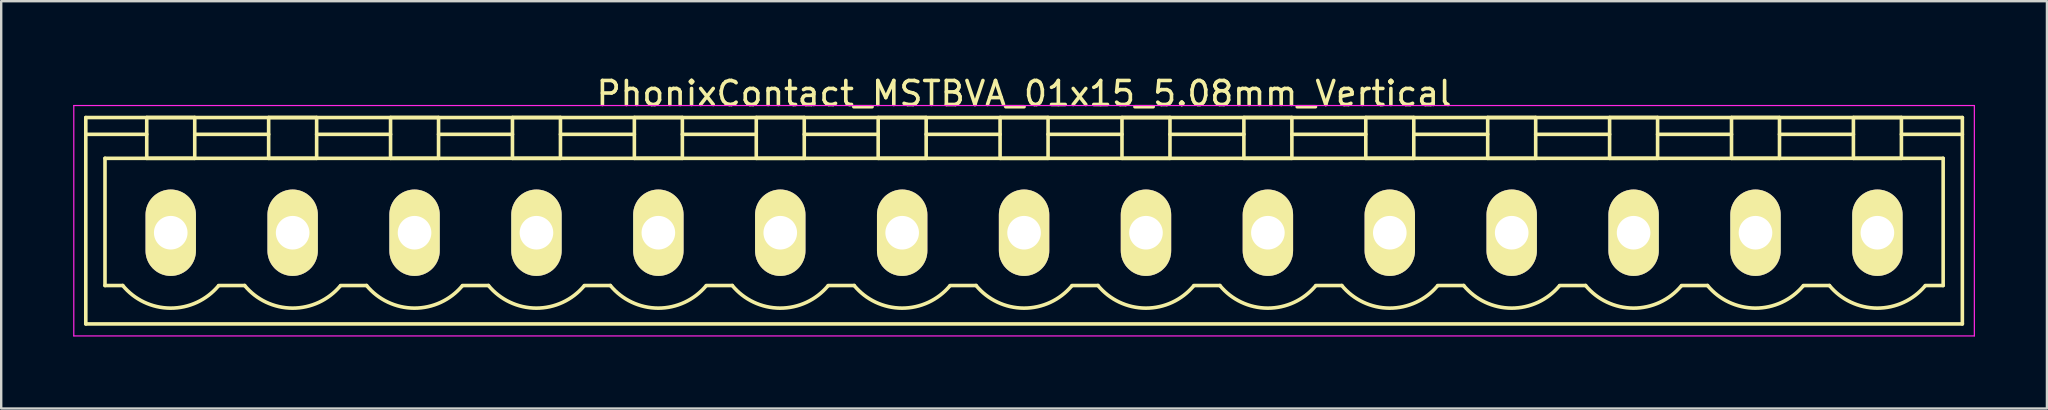
<source format=kicad_pcb>
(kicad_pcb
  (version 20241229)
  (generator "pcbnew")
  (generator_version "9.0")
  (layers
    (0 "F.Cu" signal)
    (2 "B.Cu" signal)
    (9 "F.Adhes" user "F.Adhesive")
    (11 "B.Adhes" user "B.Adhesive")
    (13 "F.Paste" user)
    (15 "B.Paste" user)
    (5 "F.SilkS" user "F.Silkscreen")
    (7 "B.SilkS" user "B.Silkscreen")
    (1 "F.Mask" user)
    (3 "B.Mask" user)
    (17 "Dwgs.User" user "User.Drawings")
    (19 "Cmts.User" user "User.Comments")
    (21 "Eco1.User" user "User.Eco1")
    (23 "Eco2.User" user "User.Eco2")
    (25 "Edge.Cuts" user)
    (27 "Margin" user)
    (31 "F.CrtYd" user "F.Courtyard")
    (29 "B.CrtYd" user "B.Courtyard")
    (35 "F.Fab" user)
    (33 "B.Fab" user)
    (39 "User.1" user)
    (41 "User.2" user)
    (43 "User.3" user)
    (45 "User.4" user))
  (footprint "PhonixContact_MSTBVA_01x15_5.08mm_Vertical"
    (layer "F.Cu")
    (at 4.065 6.648)
    (property "Reference" "PhonixContact_MSTBVA_01x15_5.08mm_Vertical" (at 35.56 -5.8 0) (layer "F.SilkS") (effects (font (size 1 1) (thickness 0.15))))
    (attr through_hole)
    (fp_line (start -3.54 -4.8) (end -3.54 3.8) (stroke (width 0.15) (type solid)) (layer "F.SilkS"))
    (fp_line (start -3.54 -4.1) (end -1 -4.1) (stroke (width 0.15) (type solid)) (layer "F.SilkS"))
    (fp_line (start -3.54 3.8) (end 74.66 3.8) (stroke (width 0.15) (type solid)) (layer "F.SilkS"))
    (fp_line (start -2.74 -3.1) (end 73.86 -3.1) (stroke (width 0.15) (type solid)) (layer "F.SilkS"))
    (fp_line (start -2.74 2.2) (end -2.74 -3.1) (stroke (width 0.15) (type solid)) (layer "F.SilkS"))
    (fp_line (start -2 2.2) (end -2.74 2.2) (stroke (width 0.15) (type solid)) (layer "F.SilkS"))
    (fp_line (start -1 -4.8) (end 1 -4.8) (stroke (width 0.15) (type solid)) (layer "F.SilkS"))
    (fp_line (start -1 -3.1) (end -1 -4.8) (stroke (width 0.15) (type solid)) (layer "F.SilkS"))
    (fp_line (start 1 -4.8) (end 1 -3.1) (stroke (width 0.15) (type solid)) (layer "F.SilkS"))
    (fp_line (start 1 -4.1) (end 4.08 -4.1) (stroke (width 0.15) (type solid)) (layer "F.SilkS"))
    (fp_line (start 1 -3.1) (end -1 -3.1) (stroke (width 0.15) (type solid)) (layer "F.SilkS"))
    (fp_line (start 2 2.2) (end 3.08 2.2) (stroke (width 0.15) (type solid)) (layer "F.SilkS"))
    (fp_line (start 4.08 -4.8) (end 6.08 -4.8) (stroke (width 0.15) (type solid)) (layer "F.SilkS"))
    (fp_line (start 4.08 -3.1) (end 4.08 -4.8) (stroke (width 0.15) (type solid)) (layer "F.SilkS"))
    (fp_line (start 6.08 -4.8) (end 6.08 -3.1) (stroke (width 0.15) (type solid)) (layer "F.SilkS"))
    (fp_line (start 6.08 -4.1) (end 9.16 -4.1) (stroke (width 0.15) (type solid)) (layer "F.SilkS"))
    (fp_line (start 6.08 -3.1) (end 4.08 -3.1) (stroke (width 0.15) (type solid)) (layer "F.SilkS"))
    (fp_line (start 7.08 2.2) (end 8.16 2.2) (stroke (width 0.15) (type solid)) (layer "F.SilkS"))
    (fp_line (start 9.16 -4.8) (end 11.16 -4.8) (stroke (width 0.15) (type solid)) (layer "F.SilkS"))
    (fp_line (start 9.16 -3.1) (end 9.16 -4.8) (stroke (width 0.15) (type solid)) (layer "F.SilkS"))
    (fp_line (start 11.16 -4.8) (end 11.16 -3.1) (stroke (width 0.15) (type solid)) (layer "F.SilkS"))
    (fp_line (start 11.16 -4.1) (end 14.24 -4.1) (stroke (width 0.15) (type solid)) (layer "F.SilkS"))
    (fp_line (start 11.16 -3.1) (end 9.16 -3.1) (stroke (width 0.15) (type solid)) (layer "F.SilkS"))
    (fp_line (start 12.16 2.2) (end 13.24 2.2) (stroke (width 0.15) (type solid)) (layer "F.SilkS"))
    (fp_line (start 14.24 -4.8) (end 16.24 -4.8) (stroke (width 0.15) (type solid)) (layer "F.SilkS"))
    (fp_line (start 14.24 -3.1) (end 14.24 -4.8) (stroke (width 0.15) (type solid)) (layer "F.SilkS"))
    (fp_line (start 16.24 -4.8) (end 16.24 -3.1) (stroke (width 0.15) (type solid)) (layer "F.SilkS"))
    (fp_line (start 16.24 -4.1) (end 19.32 -4.1) (stroke (width 0.15) (type solid)) (layer "F.SilkS"))
    (fp_line (start 16.24 -3.1) (end 14.24 -3.1) (stroke (width 0.15) (type solid)) (layer "F.SilkS"))
    (fp_line (start 17.24 2.2) (end 18.32 2.2) (stroke (width 0.15) (type solid)) (layer "F.SilkS"))
    (fp_line (start 19.32 -4.8) (end 21.32 -4.8) (stroke (width 0.15) (type solid)) (layer "F.SilkS"))
    (fp_line (start 19.32 -3.1) (end 19.32 -4.8) (stroke (width 0.15) (type solid)) (layer "F.SilkS"))
    (fp_line (start 21.32 -4.8) (end 21.32 -3.1) (stroke (width 0.15) (type solid)) (layer "F.SilkS"))
    (fp_line (start 21.32 -4.1) (end 24.4 -4.1) (stroke (width 0.15) (type solid)) (layer "F.SilkS"))
    (fp_line (start 21.32 -3.1) (end 19.32 -3.1) (stroke (width 0.15) (type solid)) (layer "F.SilkS"))
    (fp_line (start 22.32 2.2) (end 23.4 2.2) (stroke (width 0.15) (type solid)) (layer "F.SilkS"))
    (fp_line (start 24.4 -4.8) (end 26.4 -4.8) (stroke (width 0.15) (type solid)) (layer "F.SilkS"))
    (fp_line (start 24.4 -3.1) (end 24.4 -4.8) (stroke (width 0.15) (type solid)) (layer "F.SilkS"))
    (fp_line (start 26.4 -4.8) (end 26.4 -3.1) (stroke (width 0.15) (type solid)) (layer "F.SilkS"))
    (fp_line (start 26.4 -4.1) (end 29.48 -4.1) (stroke (width 0.15) (type solid)) (layer "F.SilkS"))
    (fp_line (start 26.4 -3.1) (end 24.4 -3.1) (stroke (width 0.15) (type solid)) (layer "F.SilkS"))
    (fp_line (start 27.4 2.2) (end 28.48 2.2) (stroke (width 0.15) (type solid)) (layer "F.SilkS"))
    (fp_line (start 29.48 -4.8) (end 31.48 -4.8) (stroke (width 0.15) (type solid)) (layer "F.SilkS"))
    (fp_line (start 29.48 -3.1) (end 29.48 -4.8) (stroke (width 0.15) (type solid)) (layer "F.SilkS"))
    (fp_line (start 31.48 -4.8) (end 31.48 -3.1) (stroke (width 0.15) (type solid)) (layer "F.SilkS"))
    (fp_line (start 31.48 -4.1) (end 34.56 -4.1) (stroke (width 0.15) (type solid)) (layer "F.SilkS"))
    (fp_line (start 31.48 -3.1) (end 29.48 -3.1) (stroke (width 0.15) (type solid)) (layer "F.SilkS"))
    (fp_line (start 32.48 2.2) (end 33.56 2.2) (stroke (width 0.15) (type solid)) (layer "F.SilkS"))
    (fp_line (start 34.56 -4.8) (end 36.56 -4.8) (stroke (width 0.15) (type solid)) (layer "F.SilkS"))
    (fp_line (start 34.56 -3.1) (end 34.56 -4.8) (stroke (width 0.15) (type solid)) (layer "F.SilkS"))
    (fp_line (start 36.56 -4.8) (end 36.56 -3.1) (stroke (width 0.15) (type solid)) (layer "F.SilkS"))
    (fp_line (start 36.56 -4.1) (end 39.64 -4.1) (stroke (width 0.15) (type solid)) (layer "F.SilkS"))
    (fp_line (start 36.56 -3.1) (end 34.56 -3.1) (stroke (width 0.15) (type solid)) (layer "F.SilkS"))
    (fp_line (start 37.56 2.2) (end 38.64 2.2) (stroke (width 0.15) (type solid)) (layer "F.SilkS"))
    (fp_line (start 39.64 -4.8) (end 41.64 -4.8) (stroke (width 0.15) (type solid)) (layer "F.SilkS"))
    (fp_line (start 39.64 -3.1) (end 39.64 -4.8) (stroke (width 0.15) (type solid)) (layer "F.SilkS"))
    (fp_line (start 41.64 -4.8) (end 41.64 -3.1) (stroke (width 0.15) (type solid)) (layer "F.SilkS"))
    (fp_line (start 41.64 -4.1) (end 44.72 -4.1) (stroke (width 0.15) (type solid)) (layer "F.SilkS"))
    (fp_line (start 41.64 -3.1) (end 39.64 -3.1) (stroke (width 0.15) (type solid)) (layer "F.SilkS"))
    (fp_line (start 42.64 2.2) (end 43.72 2.2) (stroke (width 0.15) (type solid)) (layer "F.SilkS"))
    (fp_line (start 44.72 -4.8) (end 46.72 -4.8) (stroke (width 0.15) (type solid)) (layer "F.SilkS"))
    (fp_line (start 44.72 -3.1) (end 44.72 -4.8) (stroke (width 0.15) (type solid)) (layer "F.SilkS"))
    (fp_line (start 46.72 -4.8) (end 46.72 -3.1) (stroke (width 0.15) (type solid)) (layer "F.SilkS"))
    (fp_line (start 46.72 -4.1) (end 49.8 -4.1) (stroke (width 0.15) (type solid)) (layer "F.SilkS"))
    (fp_line (start 46.72 -3.1) (end 44.72 -3.1) (stroke (width 0.15) (type solid)) (layer "F.SilkS"))
    (fp_line (start 47.72 2.2) (end 48.8 2.2) (stroke (width 0.15) (type solid)) (layer "F.SilkS"))
    (fp_line (start 49.8 -4.8) (end 51.8 -4.8) (stroke (width 0.15) (type solid)) (layer "F.SilkS"))
    (fp_line (start 49.8 -3.1) (end 49.8 -4.8) (stroke (width 0.15) (type solid)) (layer "F.SilkS"))
    (fp_line (start 51.8 -4.8) (end 51.8 -3.1) (stroke (width 0.15) (type solid)) (layer "F.SilkS"))
    (fp_line (start 51.8 -4.1) (end 54.88 -4.1) (stroke (width 0.15) (type solid)) (layer "F.SilkS"))
    (fp_line (start 51.8 -3.1) (end 49.8 -3.1) (stroke (width 0.15) (type solid)) (layer "F.SilkS"))
    (fp_line (start 52.8 2.2) (end 53.88 2.2) (stroke (width 0.15) (type solid)) (layer "F.SilkS"))
    (fp_line (start 54.88 -4.8) (end 56.88 -4.8) (stroke (width 0.15) (type solid)) (layer "F.SilkS"))
    (fp_line (start 54.88 -3.1) (end 54.88 -4.8) (stroke (width 0.15) (type solid)) (layer "F.SilkS"))
    (fp_line (start 56.88 -4.8) (end 56.88 -3.1) (stroke (width 0.15) (type solid)) (layer "F.SilkS"))
    (fp_line (start 56.88 -4.1) (end 59.96 -4.1) (stroke (width 0.15) (type solid)) (layer "F.SilkS"))
    (fp_line (start 56.88 -3.1) (end 54.88 -3.1) (stroke (width 0.15) (type solid)) (layer "F.SilkS"))
    (fp_line (start 57.88 2.2) (end 58.96 2.2) (stroke (width 0.15) (type solid)) (layer "F.SilkS"))
    (fp_line (start 59.96 -4.8) (end 61.96 -4.8) (stroke (width 0.15) (type solid)) (layer "F.SilkS"))
    (fp_line (start 59.96 -3.1) (end 59.96 -4.8) (stroke (width 0.15) (type solid)) (layer "F.SilkS"))
    (fp_line (start 61.96 -4.8) (end 61.96 -3.1) (stroke (width 0.15) (type solid)) (layer "F.SilkS"))
    (fp_line (start 61.96 -4.1) (end 65.04 -4.1) (stroke (width 0.15) (type solid)) (layer "F.SilkS"))
    (fp_line (start 61.96 -3.1) (end 59.96 -3.1) (stroke (width 0.15) (type solid)) (layer "F.SilkS"))
    (fp_line (start 62.96 2.2) (end 64.04 2.2) (stroke (width 0.15) (type solid)) (layer "F.SilkS"))
    (fp_line (start 65.04 -4.8) (end 67.04 -4.8) (stroke (width 0.15) (type solid)) (layer "F.SilkS"))
    (fp_line (start 65.04 -3.1) (end 65.04 -4.8) (stroke (width 0.15) (type solid)) (layer "F.SilkS"))
    (fp_line (start 67.04 -4.8) (end 67.04 -3.1) (stroke (width 0.15) (type solid)) (layer "F.SilkS"))
    (fp_line (start 67.04 -4.1) (end 70.12 -4.1) (stroke (width 0.15) (type solid)) (layer "F.SilkS"))
    (fp_line (start 67.04 -3.1) (end 65.04 -3.1) (stroke (width 0.15) (type solid)) (layer "F.SilkS"))
    (fp_line (start 68.04 2.2) (end 69.12 2.2) (stroke (width 0.15) (type solid)) (layer "F.SilkS"))
    (fp_line (start 70.12 -4.8) (end 72.12 -4.8) (stroke (width 0.15) (type solid)) (layer "F.SilkS"))
    (fp_line (start 70.12 -3.1) (end 70.12 -4.8) (stroke (width 0.15) (type solid)) (layer "F.SilkS"))
    (fp_line (start 72.12 -4.8) (end 72.12 -3.1) (stroke (width 0.15) (type solid)) (layer "F.SilkS"))
    (fp_line (start 72.12 -3.1) (end 70.12 -3.1) (stroke (width 0.15) (type solid)) (layer "F.SilkS"))
    (fp_line (start 73.86 -3.1) (end 73.86 2.2) (stroke (width 0.15) (type solid)) (layer "F.SilkS"))
    (fp_line (start 73.86 2.2) (end 73.12 2.2) (stroke (width 0.15) (type solid)) (layer "F.SilkS"))
    (fp_line (start 74.66 -4.8) (end -3.54 -4.8) (stroke (width 0.15) (type solid)) (layer "F.SilkS"))
    (fp_line (start 74.66 -4.1) (end 72.12 -4.1) (stroke (width 0.15) (type solid)) (layer "F.SilkS"))
    (fp_line (start 74.66 3.8) (end 74.66 -4.8) (stroke (width 0.15) (type solid)) (layer "F.SilkS"))
    (fp_arc (start 1.986842 2.215821) (mid -0.010289 3.142758) (end -2 2.2) (stroke (width 0.15) (type solid)) (layer "F.SilkS"))
    (fp_arc (start 7.066842 2.215821) (mid 5.069711 3.142758) (end 3.08 2.2) (stroke (width 0.15) (type solid)) (layer "F.SilkS"))
    (fp_arc (start 12.146842 2.215821) (mid 10.149711 3.142758) (end 8.16 2.2) (stroke (width 0.15) (type solid)) (layer "F.SilkS"))
    (fp_arc (start 17.226842 2.215821) (mid 15.229711 3.142758) (end 13.24 2.2) (stroke (width 0.15) (type solid)) (layer "F.SilkS"))
    (fp_arc (start 22.306842 2.215821) (mid 20.309711 3.142758) (end 18.32 2.2) (stroke (width 0.15) (type solid)) (layer "F.SilkS"))
    (fp_arc (start 27.386842 2.215821) (mid 25.389711 3.142758) (end 23.4 2.2) (stroke (width 0.15) (type solid)) (layer "F.SilkS"))
    (fp_arc (start 32.466842 2.215821) (mid 30.469711 3.142758) (end 28.48 2.2) (stroke (width 0.15) (type solid)) (layer "F.SilkS"))
    (fp_arc (start 37.546842 2.215821) (mid 35.549711 3.142758) (end 33.56 2.2) (stroke (width 0.15) (type solid)) (layer "F.SilkS"))
    (fp_arc (start 42.626842 2.215821) (mid 40.629711 3.142758) (end 38.64 2.2) (stroke (width 0.15) (type solid)) (layer "F.SilkS"))
    (fp_arc (start 47.706842 2.215821) (mid 45.709711 3.142758) (end 43.72 2.2) (stroke (width 0.15) (type solid)) (layer "F.SilkS"))
    (fp_arc (start 52.786842 2.215821) (mid 50.789711 3.142758) (end 48.8 2.2) (stroke (width 0.15) (type solid)) (layer "F.SilkS"))
    (fp_arc (start 57.866842 2.215821) (mid 55.869711 3.142758) (end 53.88 2.2) (stroke (width 0.15) (type solid)) (layer "F.SilkS"))
    (fp_arc (start 62.946842 2.215821) (mid 60.949711 3.142758) (end 58.96 2.2) (stroke (width 0.15) (type solid)) (layer "F.SilkS"))
    (fp_arc (start 68.026842 2.215821) (mid 66.029711 3.142758) (end 64.04 2.2) (stroke (width 0.15) (type solid)) (layer "F.SilkS"))
    (fp_arc (start 73.106842 2.215821) (mid 71.109711 3.142758) (end 69.12 2.2) (stroke (width 0.15) (type solid)) (layer "F.SilkS"))
    (fp_line (start -4.04 -5.3) (end -4.04 4.3) (stroke (width 0.05) (type solid)) (layer "F.CrtYd"))
    (fp_line (start -4.04 4.3) (end 75.16 4.3) (stroke (width 0.05) (type solid)) (layer "F.CrtYd"))
    (fp_line (start 75.16 -5.3) (end -4.04 -5.3) (stroke (width 0.05) (type solid)) (layer "F.CrtYd"))
    (fp_line (start 75.16 4.3) (end 75.16 -5.3) (stroke (width 0.05) (type solid)) (layer "F.CrtYd"))
    (pad "1" thru_hole oval (at 0 0) (size 2.1 3.6) (drill 1.4) (layers "*.Cu" "*.Mask" "F.SilkS"))
    (pad "2" thru_hole oval (at 5.08 0) (size 2.1 3.6) (drill 1.4) (layers "*.Cu" "*.Mask" "F.SilkS"))
    (pad "3" thru_hole oval (at 10.16 0) (size 2.1 3.6) (drill 1.4) (layers "*.Cu" "*.Mask" "F.SilkS"))
    (pad "4" thru_hole oval (at 15.24 0) (size 2.1 3.6) (drill 1.4) (layers "*.Cu" "*.Mask" "F.SilkS"))
    (pad "5" thru_hole oval (at 20.32 0) (size 2.1 3.6) (drill 1.4) (layers "*.Cu" "*.Mask" "F.SilkS"))
    (pad "6" thru_hole oval (at 25.4 0) (size 2.1 3.6) (drill 1.4) (layers "*.Cu" "*.Mask" "F.SilkS"))
    (pad "7" thru_hole oval (at 30.48 0) (size 2.1 3.6) (drill 1.4) (layers "*.Cu" "*.Mask" "F.SilkS"))
    (pad "8" thru_hole oval (at 35.56 0) (size 2.1 3.6) (drill 1.4) (layers "*.Cu" "*.Mask" "F.SilkS"))
    (pad "9" thru_hole oval (at 40.64 0) (size 2.1 3.6) (drill 1.4) (layers "*.Cu" "*.Mask" "F.SilkS"))
    (pad "10" thru_hole oval (at 45.72 0) (size 2.1 3.6) (drill 1.4) (layers "*.Cu" "*.Mask" "F.SilkS"))
    (pad "11" thru_hole oval (at 50.8 0) (size 2.1 3.6) (drill 1.4) (layers "*.Cu" "*.Mask" "F.SilkS"))
    (pad "12" thru_hole oval (at 55.88 0) (size 2.1 3.6) (drill 1.4) (layers "*.Cu" "*.Mask" "F.SilkS"))
    (pad "13" thru_hole oval (at 60.96 0) (size 2.1 3.6) (drill 1.4) (layers "*.Cu" "*.Mask" "F.SilkS"))
    (pad "14" thru_hole oval (at 66.04 0) (size 2.1 3.6) (drill 1.4) (layers "*.Cu" "*.Mask" "F.SilkS"))
    (pad "15" thru_hole oval (at 71.12 0) (size 2.1 3.6) (drill 1.4) (layers "*.Cu" "*.Mask" "F.SilkS")))
  (gr_rect
    (start -3 -3)
    (end 82.25 13.973)
    (stroke (width 0.1) (type default))
    (fill no)
    (layer "Edge.Cuts")))
</source>
